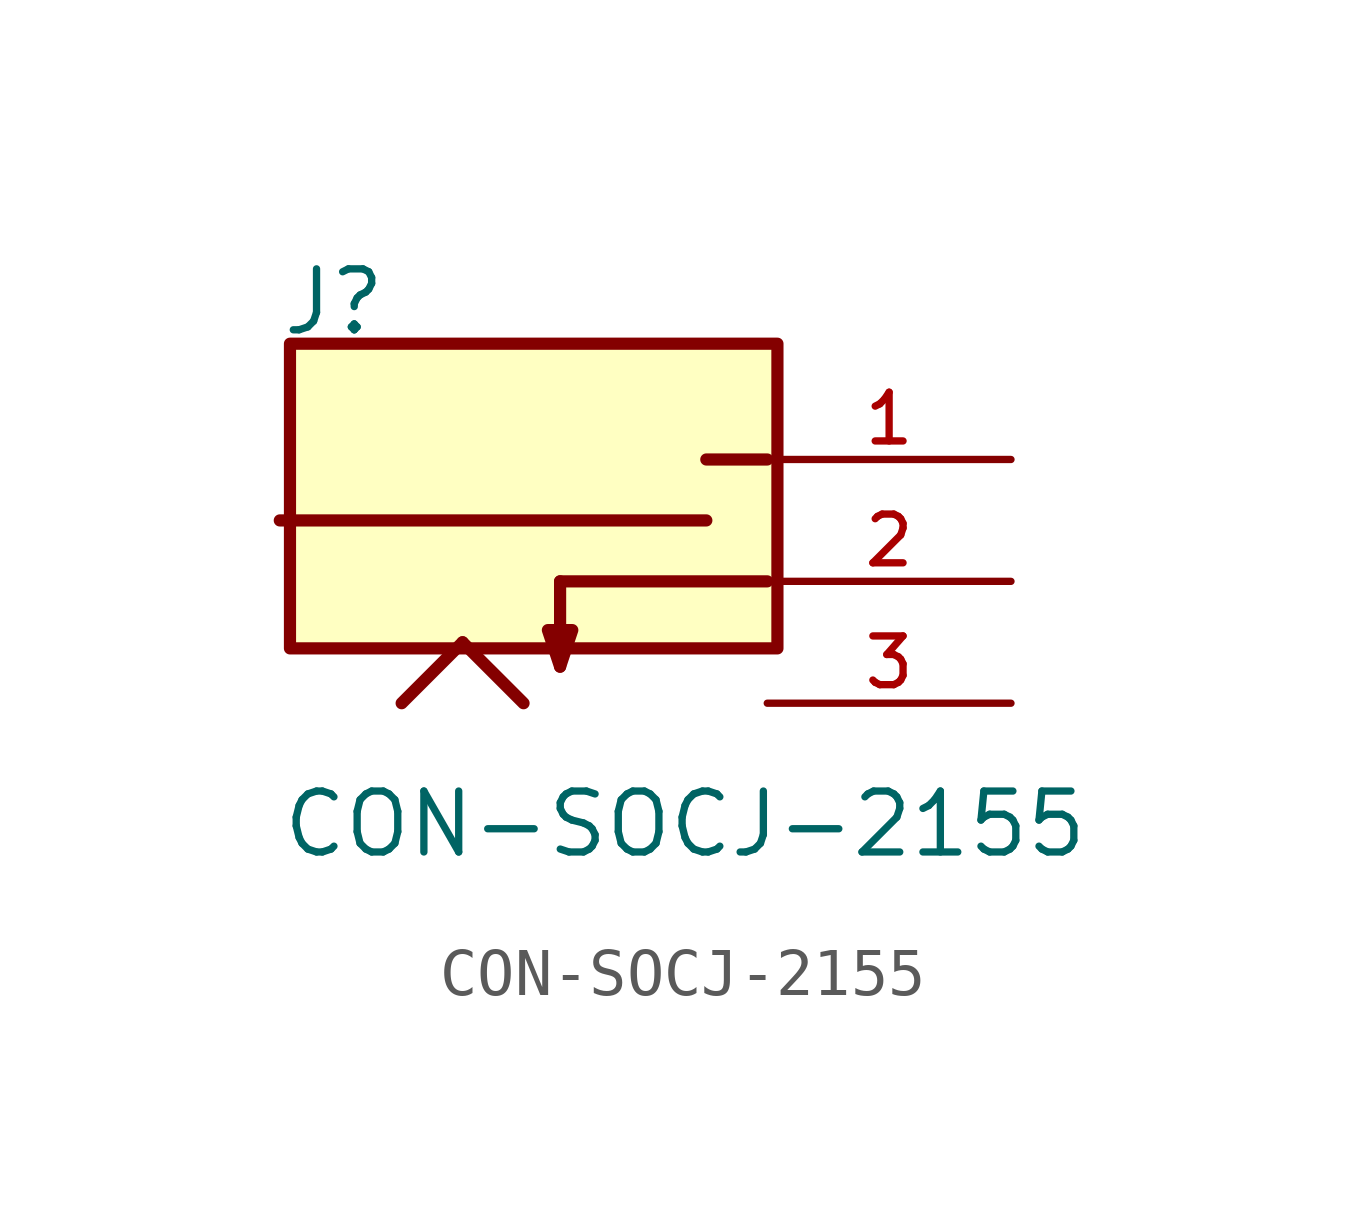
<source format=kicad_sym>
(kicad_symbol_lib
  (version 20211014)
  (generator kicad_symbol_editor)
  (symbol "CON-SOCJ-2155"
    (pin_names
      (offset 1.016))
    (property "Reference" "J"
      (at -5.08 5.08 0)
      (effects (font (size 1.27 1.27)) (justify left bottom)))
    (property "Value" "CON-SOCJ-2155"
      (at -5.08 -4.318 0)
      (effects (font (size 1.27 1.27)) (justify left top)))
    (symbol "CON-SOCJ-2155_0_0"
      (rectangle (start -4.868 -1.397) (end 5.292 4.953) (stroke (width 0.254) (type default) (color 0 0 0 0)) (fill (type background)))
      (polyline (pts (xy -2.54 -2.54) (xy -1.27 -1.27)) (stroke (width 0.254) (type default) (color 0 0 0 0)) (fill (type none)))
      (polyline (pts (xy -1.27 -1.27) (xy 0 -2.54)) (stroke (width 0.254) (type default) (color 0 0 0 0)) (fill (type none)))
      (polyline (pts (xy 0.762 0) (xy 0.762 -1.778)) (stroke (width 0.254) (type default) (color 0 0 0 0)) (fill (type none)))
      (polyline (pts (xy 0.762 0) (xy 5.08 0)) (stroke (width 0.254) (type default) (color 0 0 0 0)) (fill (type none)))
      (polyline (pts (xy 3.81 1.27) (xy -5.08 1.27)) (stroke (width 0.254) (type default) (color 0 0 0 0)) (fill (type none)))
      (polyline (pts (xy 3.81 2.54) (xy 5.08 2.54)) (stroke (width 0.254) (type default) (color 0 0 0 0)) (fill (type none)))
      (polyline (pts (xy 0.762 -1.778) (xy 0.508 -1.016) (xy 1.016 -1.016) (xy 0.762 -1.778)) (stroke (width 0.254) (type default) (color 0 0 0 0)) (fill (type outline)))
      (pin passive line (at 10.16 2.54 180) (length 5.08) (name "~" (effects (font (size 1.016 1.016)))) (number "1" (effects (font (size 1.016 1.016)))))
      (pin passive line (at 10.16 0 180) (length 5.08) (name "~" (effects (font (size 1.016 1.016)))) (number "2" (effects (font (size 1.016 1.016)))))
      (pin passive line (at 10.16 -2.54 180) (length 5.08) (name "~" (effects (font (size 1.016 1.016)))) (number "3" (effects (font (size 1.016 1.016))))))))
</source>
